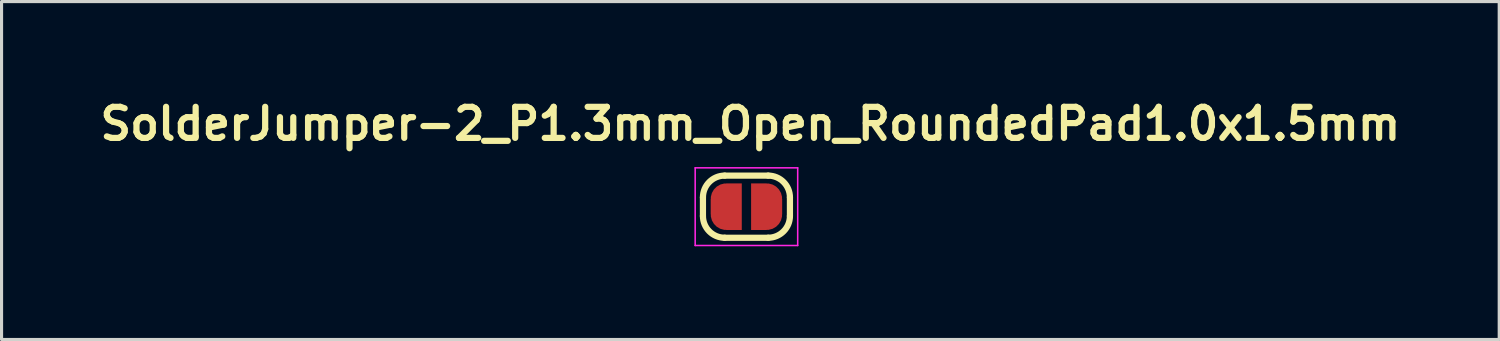
<source format=kicad_pcb>
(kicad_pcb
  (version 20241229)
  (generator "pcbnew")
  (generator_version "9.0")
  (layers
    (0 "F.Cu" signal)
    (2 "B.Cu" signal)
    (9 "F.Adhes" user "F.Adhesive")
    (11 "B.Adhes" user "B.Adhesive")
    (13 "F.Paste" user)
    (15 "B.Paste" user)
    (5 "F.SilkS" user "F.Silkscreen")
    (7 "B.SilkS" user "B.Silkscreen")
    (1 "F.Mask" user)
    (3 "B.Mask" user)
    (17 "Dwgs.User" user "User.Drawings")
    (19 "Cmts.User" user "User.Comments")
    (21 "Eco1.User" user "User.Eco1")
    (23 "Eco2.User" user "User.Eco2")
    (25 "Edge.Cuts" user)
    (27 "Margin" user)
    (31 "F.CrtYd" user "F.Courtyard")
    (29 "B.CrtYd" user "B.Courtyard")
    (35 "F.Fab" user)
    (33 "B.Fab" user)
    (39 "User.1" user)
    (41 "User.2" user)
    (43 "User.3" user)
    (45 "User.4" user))
  (footprint "SolderJumper-2_P1.3mm_Open_RoundedPad1.0x1.5mm"
    (layer "F.Cu")
    (at 20.978 3.603)
    (property "Reference" "SolderJumper-2_P1.3mm_Open_RoundedPad1.0x1.5mm" (at 0.127 -2.667 0) (layer "F.SilkS") (effects (font (size 1 1) (thickness 0.2))))
    (attr exclude_from_pos_files exclude_from_bom)
    (fp_line (start -1.4 0.3) (end -1.4 -0.3) (stroke (width 0.2) (type solid)) (layer "F.SilkS"))
    (fp_line (start -0.7 -1) (end 0.7 -1) (stroke (width 0.2) (type solid)) (layer "F.SilkS"))
    (fp_line (start 0.7 1) (end -0.7 1) (stroke (width 0.2) (type solid)) (layer "F.SilkS"))
    (fp_line (start 1.4 -0.3) (end 1.4 0.3) (stroke (width 0.2) (type solid)) (layer "F.SilkS"))
    (fp_arc (start -1.4 -0.3) (mid -1.194975 -0.794975) (end -0.7 -1) (stroke (width 0.2) (type solid)) (layer "F.SilkS"))
    (fp_arc (start -0.7 1) (mid -1.194975 0.794975) (end -1.4 0.3) (stroke (width 0.2) (type solid)) (layer "F.SilkS"))
    (fp_arc (start 0.7 -1) (mid 1.194975 -0.794975) (end 1.4 -0.3) (stroke (width 0.2) (type solid)) (layer "F.SilkS"))
    (fp_arc (start 1.4 0.3) (mid 1.194975 0.794975) (end 0.7 1) (stroke (width 0.2) (type solid)) (layer "F.SilkS"))
    (fp_line (start -1.65 -1.25) (end -1.65 1.25) (stroke (width 0.05) (type solid)) (layer "F.CrtYd"))
    (fp_line (start -1.65 -1.25) (end 1.65 -1.25) (stroke (width 0.05) (type solid)) (layer "F.CrtYd"))
    (fp_line (start 1.65 1.25) (end -1.65 1.25) (stroke (width 0.05) (type solid)) (layer "F.CrtYd"))
    (fp_line (start 1.65 1.25) (end 1.65 -1.25) (stroke (width 0.05) (type solid)) (layer "F.CrtYd"))
    (pad "1" smd custom (at -0.65 0) (size 1 0.5) (layers "F.Cu" "F.Mask") (options (anchor rect)) (primitives (gr_circle (center 0 0.25) (end 0.5 0.25) (width 0) (fill yes)) (gr_circle (center 0 -0.25) (end 0.5 -0.25) (width 0) (fill yes)) (gr_poly (pts (xy 0 -0.75) (xy 0.5 -0.75) (xy 0.5 0.75) (xy 0 0.75)) (width 0) (fill yes))))
    (pad "2" smd custom (at 0.65 0) (size 1 0.5) (layers "F.Cu" "F.Mask") (options (anchor rect)) (primitives (gr_circle (center 0 0.25) (end 0.5 0.25) (width 0) (fill yes)) (gr_circle (center 0 -0.25) (end 0.5 -0.25) (width 0) (fill yes)) (gr_poly (pts (xy 0 -0.75) (xy -0.5 -0.75) (xy -0.5 0.75) (xy 0 0.75)) (width 0) (fill yes)))))
  (gr_rect
    (start -3 -3)
    (end 45.21 7.878)
    (stroke (width 0.1) (type default))
    (fill no)
    (layer "Edge.Cuts")))
</source>
